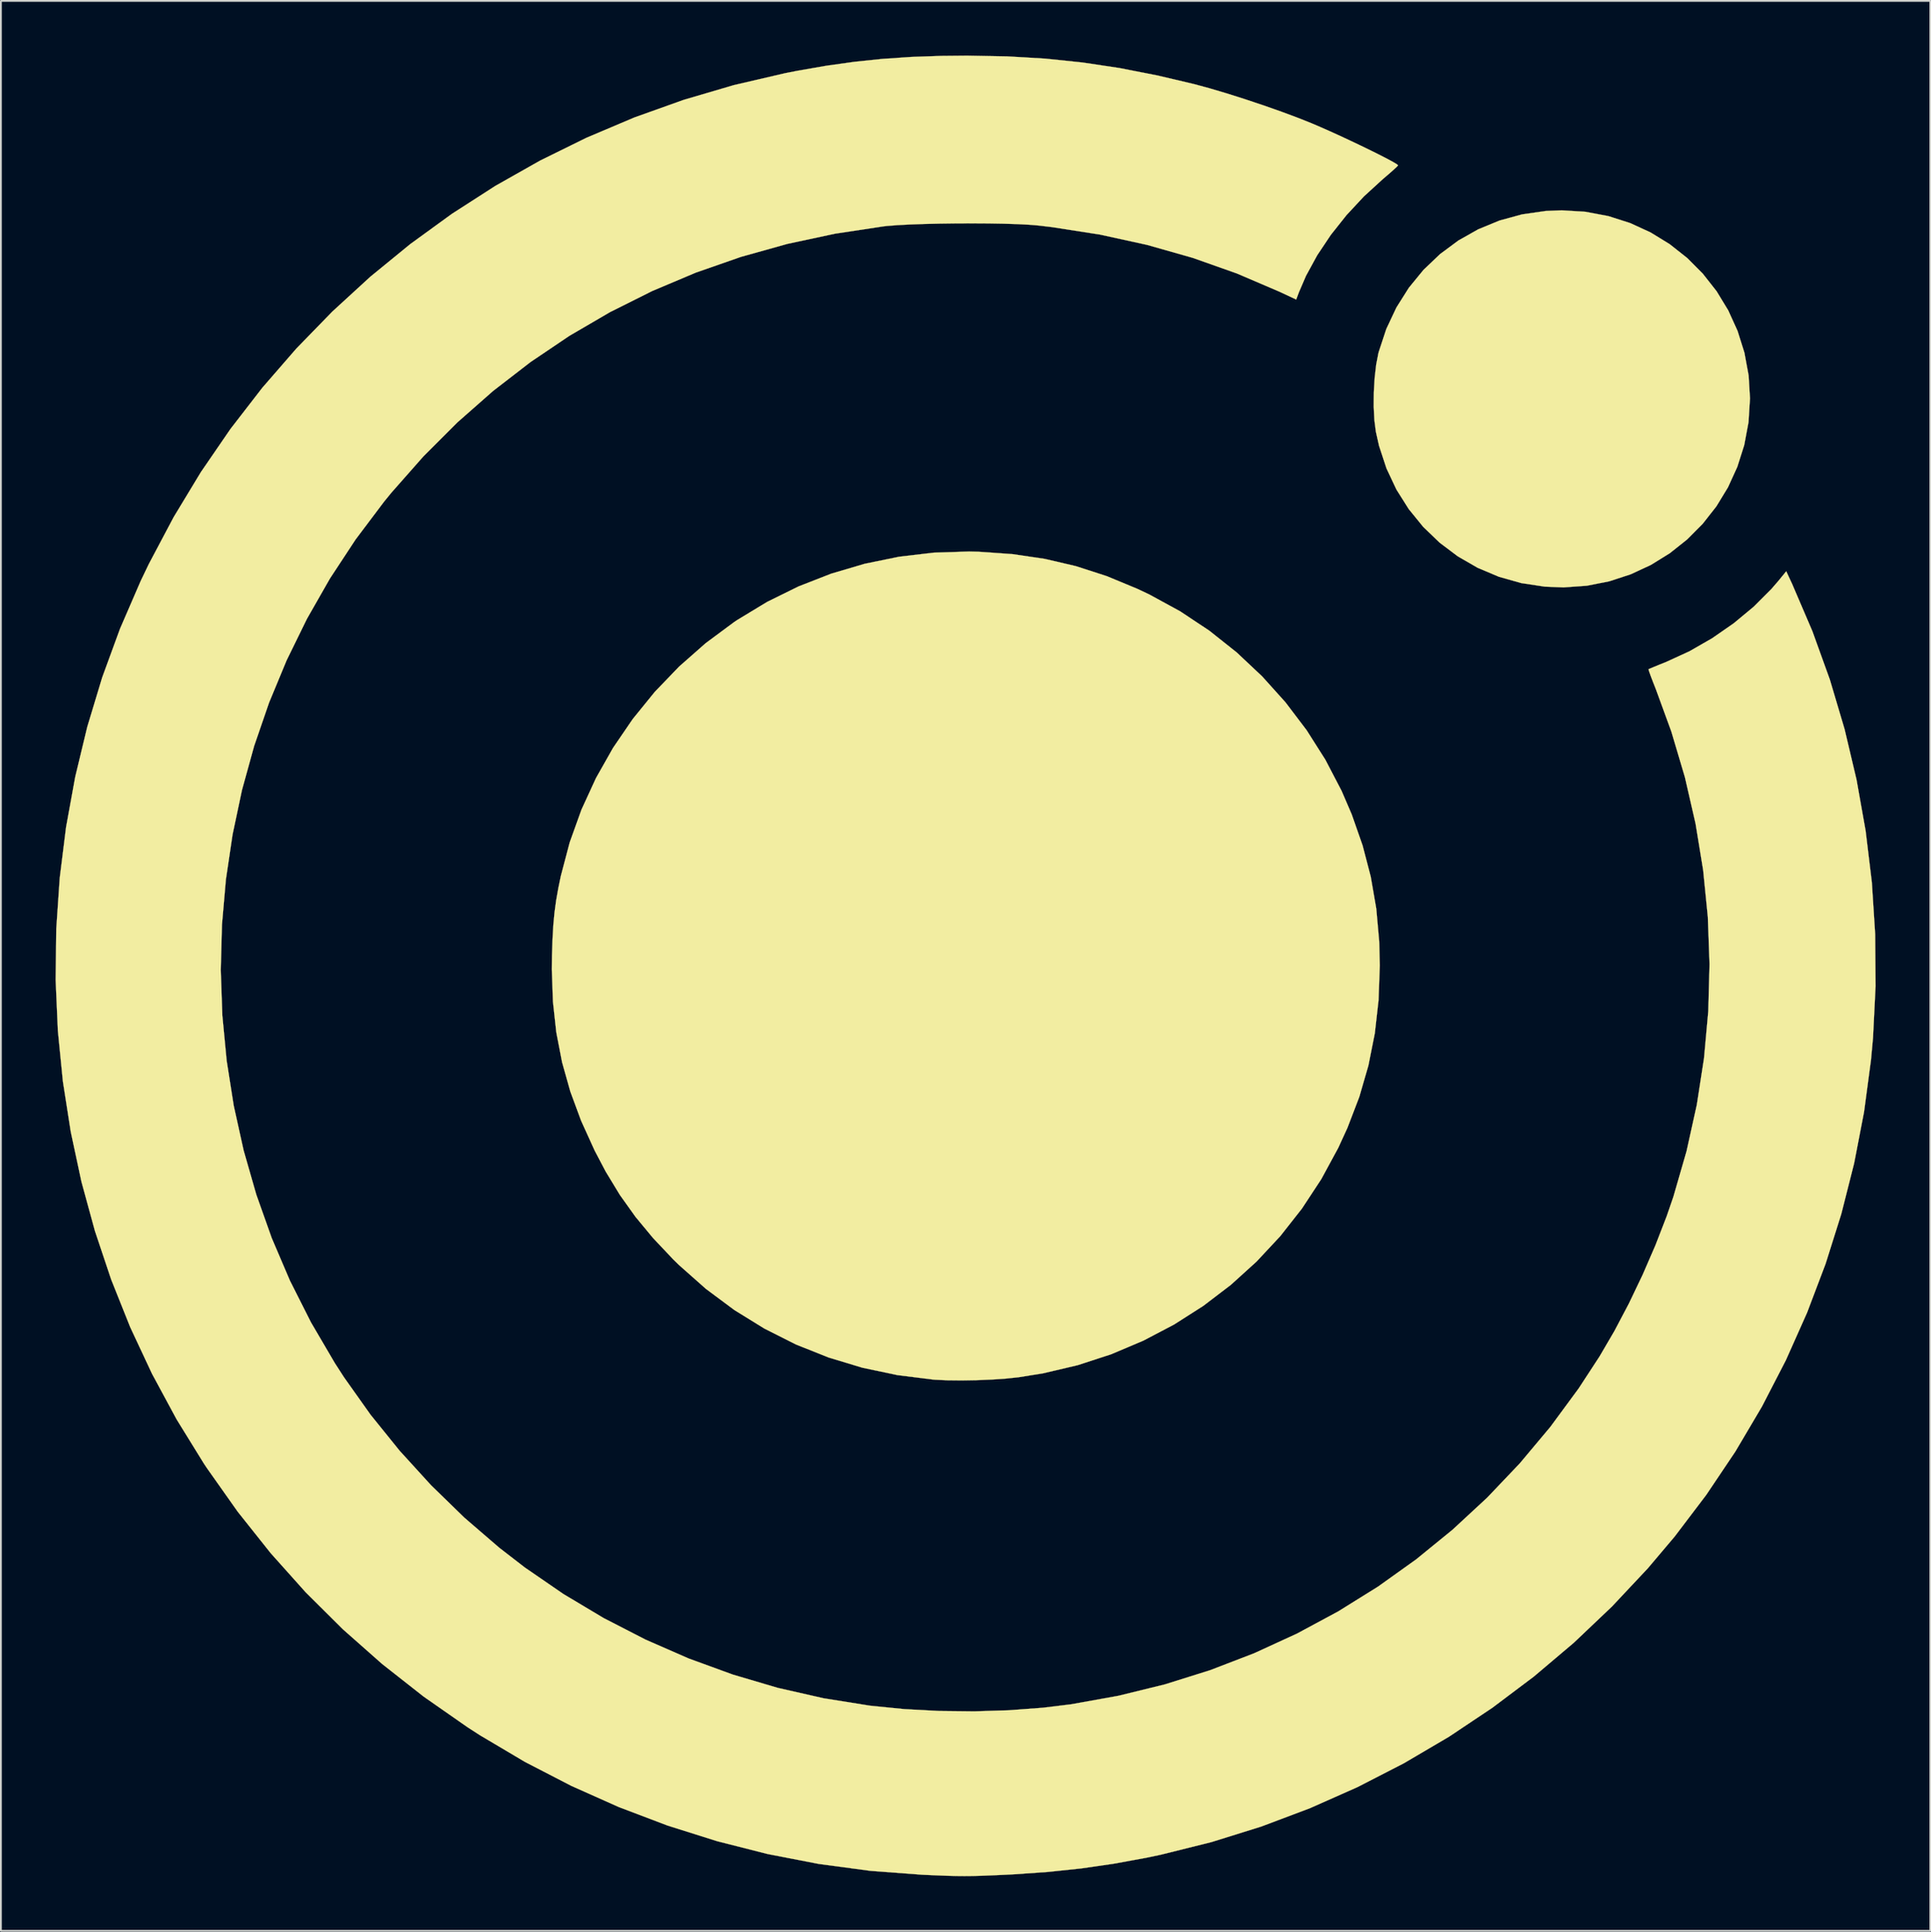
<source format=kicad_pcb>
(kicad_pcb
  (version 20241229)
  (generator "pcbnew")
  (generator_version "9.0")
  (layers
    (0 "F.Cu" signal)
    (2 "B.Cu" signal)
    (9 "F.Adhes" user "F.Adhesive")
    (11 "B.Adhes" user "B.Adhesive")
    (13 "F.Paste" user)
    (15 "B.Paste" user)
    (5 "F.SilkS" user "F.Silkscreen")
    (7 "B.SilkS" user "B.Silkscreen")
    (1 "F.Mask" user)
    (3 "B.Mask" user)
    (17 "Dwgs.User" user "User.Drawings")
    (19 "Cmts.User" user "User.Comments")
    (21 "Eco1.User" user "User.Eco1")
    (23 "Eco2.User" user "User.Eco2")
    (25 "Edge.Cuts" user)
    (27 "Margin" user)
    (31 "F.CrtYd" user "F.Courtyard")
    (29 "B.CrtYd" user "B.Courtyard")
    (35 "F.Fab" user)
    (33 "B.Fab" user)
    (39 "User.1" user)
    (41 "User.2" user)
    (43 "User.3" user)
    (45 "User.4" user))
  (footprint "ionic_10x10_F"
    (layer "F.Cu")
    (at 49.913 49.896)
    (property "Reference" "ionic_10x10_F" (at 0 0 0) (layer "F.SilkS") (effects (font (size 1.524 1.524) (thickness 0.3))))
    (attr through_hole)
    (fp_poly (pts (xy 34.067 -41.321) (xy 35.319 -41.086) (xy 36.513 -40.705) (xy 37.638 -40.189) (xy 38.686 -39.546) (xy 39.645 -38.788) (xy 40.507 -37.923) (xy 41.263 -36.961) (xy 41.901 -35.912) (xy 42.413 -34.785) (xy 42.789 -33.59) (xy 43.02 -32.338) (xy 43.095 -31.079) (xy 43.014 -29.774) (xy 42.78 -28.52) (xy 42.401 -27.326) (xy 41.888 -26.202) (xy 41.252 -25.157) (xy 40.5 -24.199) (xy 39.644 -23.338) (xy 38.693 -22.583) (xy 37.658 -21.942) (xy 36.547 -21.426) (xy 35.371 -21.042) (xy 34.14 -20.799) (xy 32.863 -20.708) (xy 31.835 -20.748) (xy 30.544 -20.943) (xy 29.312 -21.291) (xy 28.146 -21.783) (xy 27.059 -22.41) (xy 26.059 -23.163) (xy 25.157 -24.031) (xy 24.364 -25.006) (xy 23.688 -26.078) (xy 23.142 -27.238) (xy 22.734 -28.478) (xy 22.56 -29.252) (xy 22.478 -29.885) (xy 22.441 -30.623) (xy 22.447 -31.414) (xy 22.493 -32.204) (xy 22.578 -32.94) (xy 22.7 -33.568) (xy 22.713 -33.619) (xy 23.132 -34.889) (xy 23.688 -36.07) (xy 24.372 -37.154) (xy 25.173 -38.132) (xy 26.081 -38.998) (xy 27.086 -39.744) (xy 28.179 -40.361) (xy 29.348 -40.842) (xy 30.585 -41.18) (xy 31.879 -41.366) (xy 32.766 -41.402) (xy 34.067 -41.321)) (stroke (width 0.01) (type solid)) (fill yes) (layer "F.SilkS"))
    (fp_poly (pts (xy 0.762 -22.663) (xy 2.617 -22.533) (xy 4.386 -22.272) (xy 6.098 -21.872) (xy 7.782 -21.327) (xy 9.47 -20.628) (xy 10.126 -20.317) (xy 11.814 -19.396) (xy 13.414 -18.334) (xy 14.916 -17.142) (xy 16.313 -15.828) (xy 17.596 -14.402) (xy 18.757 -12.872) (xy 19.787 -11.249) (xy 20.678 -9.54) (xy 21.234 -8.249) (xy 21.832 -6.54) (xy 22.279 -4.826) (xy 22.581 -3.079) (xy 22.743 -1.273) (xy 22.775 0.04) (xy 22.707 1.946) (xy 22.501 3.769) (xy 22.15 5.531) (xy 21.651 7.253) (xy 20.998 8.955) (xy 20.495 10.051) (xy 19.562 11.772) (xy 18.498 13.39) (xy 17.31 14.901) (xy 16.007 16.297) (xy 14.596 17.575) (xy 13.085 18.727) (xy 11.481 19.75) (xy 9.792 20.636) (xy 8.027 21.382) (xy 6.192 21.98) (xy 4.295 22.426) (xy 2.946 22.643) (xy 2.266 22.715) (xy 1.483 22.769) (xy 0.65 22.804) (xy -0.183 22.818) (xy -0.961 22.81) (xy -1.633 22.779) (xy -1.733 22.771) (xy -3.708 22.524) (xy -5.628 22.119) (xy -7.487 21.557) (xy -9.281 20.841) (xy -11.003 19.973) (xy -12.649 18.957) (xy -14.213 17.794) (xy -15.689 16.487) (xy -16.007 16.176) (xy -17.112 15.007) (xy -18.08 13.839) (xy -18.939 12.634) (xy -19.716 11.353) (xy -20.321 10.202) (xy -21.064 8.566) (xy -21.658 6.959) (xy -22.11 5.352) (xy -22.426 3.717) (xy -22.611 2.026) (xy -22.673 0.251) (xy -22.664 -0.508) (xy -22.634 -1.399) (xy -22.59 -2.168) (xy -22.525 -2.863) (xy -22.435 -3.53) (xy -22.313 -4.216) (xy -22.18 -4.859) (xy -21.692 -6.71) (xy -21.046 -8.508) (xy -20.249 -10.242) (xy -19.309 -11.904) (xy -18.23 -13.484) (xy -17.02 -14.974) (xy -15.684 -16.363) (xy -14.23 -17.644) (xy -12.663 -18.806) (xy -12.506 -18.911) (xy -10.857 -19.91) (xy -9.132 -20.76) (xy -7.342 -21.459) (xy -5.499 -22.003) (xy -3.615 -22.389) (xy -1.7 -22.615) (xy 0.233 -22.676) (xy 0.762 -22.663)) (stroke (width 0.01) (type solid)) (fill yes) (layer "F.SilkS"))
    (fp_poly (pts (xy 2.317 -49.851) (xy 4.41 -49.728) (xy 6.452 -49.516) (xy 8.488 -49.211) (xy 10.563 -48.805) (xy 12.573 -48.332) (xy 13.405 -48.107) (xy 14.347 -47.828) (xy 15.352 -47.51) (xy 16.375 -47.168) (xy 17.372 -46.817) (xy 18.295 -46.473) (xy 19.008 -46.189) (xy 19.493 -45.982) (xy 20.029 -45.745) (xy 20.595 -45.488) (xy 21.171 -45.219) (xy 21.737 -44.95) (xy 22.273 -44.69) (xy 22.757 -44.449) (xy 23.17 -44.237) (xy 23.491 -44.064) (xy 23.701 -43.939) (xy 23.778 -43.872) (xy 23.778 -43.869) (xy 23.705 -43.789) (xy 23.528 -43.624) (xy 23.273 -43.399) (xy 22.965 -43.136) (xy 22.945 -43.119) (xy 21.907 -42.17) (xy 20.948 -41.14) (xy 20.086 -40.054) (xy 19.339 -38.935) (xy 18.724 -37.808) (xy 18.334 -36.902) (xy 18.186 -36.507) (xy 17.285 -36.929) (xy 14.937 -37.934) (xy 12.506 -38.794) (xy 9.999 -39.506) (xy 7.421 -40.07) (xy 4.778 -40.482) (xy 4.022 -40.571) (xy 3.518 -40.613) (xy 2.876 -40.645) (xy 2.124 -40.669) (xy 1.293 -40.683) (xy 0.411 -40.688) (xy -0.49 -40.685) (xy -1.383 -40.673) (xy -2.236 -40.653) (xy -3.021 -40.625) (xy -3.708 -40.589) (xy -4.267 -40.545) (xy -4.445 -40.526) (xy -7.129 -40.12) (xy -9.746 -39.56) (xy -12.291 -38.848) (xy -14.763 -37.986) (xy -17.158 -36.976) (xy -19.471 -35.82) (xy -21.702 -34.519) (xy -23.844 -33.074) (xy -25.897 -31.489) (xy -27.856 -29.764) (xy -29.718 -27.902) (xy -31.481 -25.904) (xy -31.88 -25.415) (xy -33.44 -23.344) (xy -34.851 -21.198) (xy -36.115 -18.983) (xy -37.229 -16.708) (xy -38.195 -14.379) (xy -39.012 -12.005) (xy -39.679 -9.592) (xy -40.196 -7.148) (xy -40.563 -4.681) (xy -40.779 -2.198) (xy -40.845 0.293) (xy -40.759 2.785) (xy -40.521 5.271) (xy -40.132 7.744) (xy -39.59 10.194) (xy -38.895 12.616) (xy -38.048 15.002) (xy -37.047 17.344) (xy -35.892 19.634) (xy -34.584 21.866) (xy -34.079 22.648) (xy -32.625 24.698) (xy -31.027 26.677) (xy -29.305 28.567) (xy -27.476 30.348) (xy -25.556 32.002) (xy -24.157 33.083) (xy -22.036 34.541) (xy -19.823 35.863) (xy -17.528 37.043) (xy -15.164 38.077) (xy -12.741 38.961) (xy -10.27 39.691) (xy -7.765 40.26) (xy -5.235 40.665) (xy -5.165 40.674) (xy -3.326 40.857) (xy -1.416 40.959) (xy 0.519 40.98) (xy 2.436 40.92) (xy 4.288 40.781) (xy 5.822 40.594) (xy 8.427 40.126) (xy 10.975 39.501) (xy 13.462 38.721) (xy 15.881 37.791) (xy 18.227 36.714) (xy 20.494 35.494) (xy 22.677 34.135) (xy 24.771 32.639) (xy 26.769 31.011) (xy 28.666 29.255) (xy 30.456 27.374) (xy 32.135 25.371) (xy 33.696 23.251) (xy 34.839 21.5) (xy 35.653 20.107) (xy 36.451 18.592) (xy 37.209 17.006) (xy 37.907 15.396) (xy 38.521 13.811) (xy 38.889 12.742) (xy 39.614 10.235) (xy 40.175 7.697) (xy 40.572 5.135) (xy 40.806 2.557) (xy 40.875 -0.029) (xy 40.782 -2.614) (xy 40.525 -5.19) (xy 40.106 -7.751) (xy 39.524 -10.287) (xy 38.78 -12.791) (xy 37.936 -15.102) (xy 37.78 -15.498) (xy 37.652 -15.833) (xy 37.564 -16.078) (xy 37.525 -16.204) (xy 37.525 -16.215) (xy 37.608 -16.253) (xy 37.818 -16.341) (xy 38.122 -16.466) (xy 38.49 -16.614) (xy 38.501 -16.618) (xy 39.776 -17.203) (xy 41.02 -17.917) (xy 42.204 -18.738) (xy 43.297 -19.645) (xy 44.268 -20.616) (xy 44.662 -21.073) (xy 45.085 -21.591) (xy 45.41 -20.892) (xy 46.52 -18.303) (xy 47.48 -15.643) (xy 48.288 -12.923) (xy 48.943 -10.155) (xy 49.442 -7.349) (xy 49.784 -4.518) (xy 49.966 -1.671) (xy 49.988 1.179) (xy 49.847 4.021) (xy 49.737 5.225) (xy 49.356 8.08) (xy 48.811 10.903) (xy 48.106 13.685) (xy 47.244 16.419) (xy 46.229 19.096) (xy 45.063 21.711) (xy 43.75 24.254) (xy 42.293 26.719) (xy 40.696 29.098) (xy 38.962 31.384) (xy 37.489 33.127) (xy 35.514 35.231) (xy 33.427 37.213) (xy 31.235 39.067) (xy 28.944 40.79) (xy 26.563 42.379) (xy 24.098 43.828) (xy 21.556 45.135) (xy 18.944 46.294) (xy 16.269 47.302) (xy 13.539 48.154) (xy 10.759 48.847) (xy 9.948 49.017) (xy 8.159 49.344) (xy 6.387 49.6) (xy 4.578 49.791) (xy 2.676 49.924) (xy 2.143 49.951) (xy 1.468 49.981) (xy 0.908 50.003) (xy 0.423 50.016) (xy -0.026 50.02) (xy -0.479 50.016) (xy -0.977 50.003) (xy -1.558 49.981) (xy -2.264 49.95) (xy -2.364 49.945) (xy -5.204 49.731) (xy -8.03 49.352) (xy -10.831 48.809) (xy -13.599 48.106) (xy -16.325 47.246) (xy -18.997 46.232) (xy -21.608 45.067) (xy -24.147 43.755) (xy -26.606 42.298) (xy -27.305 41.847) (xy -29.709 40.17) (xy -31.988 38.379) (xy -34.145 36.472) (xy -36.183 34.446) (xy -38.104 32.298) (xy -39.912 30.025) (xy -41.608 27.624) (xy -41.764 27.39) (xy -43.266 24.958) (xy -44.616 22.456) (xy -45.815 19.894) (xy -46.861 17.276) (xy -47.753 14.611) (xy -48.493 11.906) (xy -49.079 9.168) (xy -49.51 6.404) (xy -49.786 3.622) (xy -49.908 0.828) (xy -49.873 -1.969) (xy -49.683 -4.764) (xy -49.336 -7.548) (xy -48.832 -10.315) (xy -48.171 -13.057) (xy -47.352 -15.768) (xy -46.374 -18.439) (xy -45.238 -21.063) (xy -44.793 -21.99) (xy -43.431 -24.563) (xy -41.935 -27.036) (xy -40.311 -29.404) (xy -38.563 -31.665) (xy -36.697 -33.814) (xy -34.719 -35.847) (xy -32.632 -37.76) (xy -30.443 -39.549) (xy -28.156 -41.21) (xy -25.778 -42.74) (xy -23.312 -44.134) (xy -20.764 -45.388) (xy -18.14 -46.499) (xy -15.444 -47.462) (xy -12.682 -48.274) (xy -9.859 -48.93) (xy -9.193 -49.061) (xy -7.593 -49.339) (xy -6.048 -49.555) (xy -4.514 -49.714) (xy -2.943 -49.821) (xy -1.291 -49.878) (xy 0.127 -49.891) (xy 2.317 -49.851)) (stroke (width 0.01) (type solid)) (fill yes) (layer "F.SilkS")))
  (gr_rect
    (start -3 -3)
    (end 102.906 102.922)
    (stroke (width 0.1) (type default))
    (fill no)
    (layer "Edge.Cuts")))
</source>
